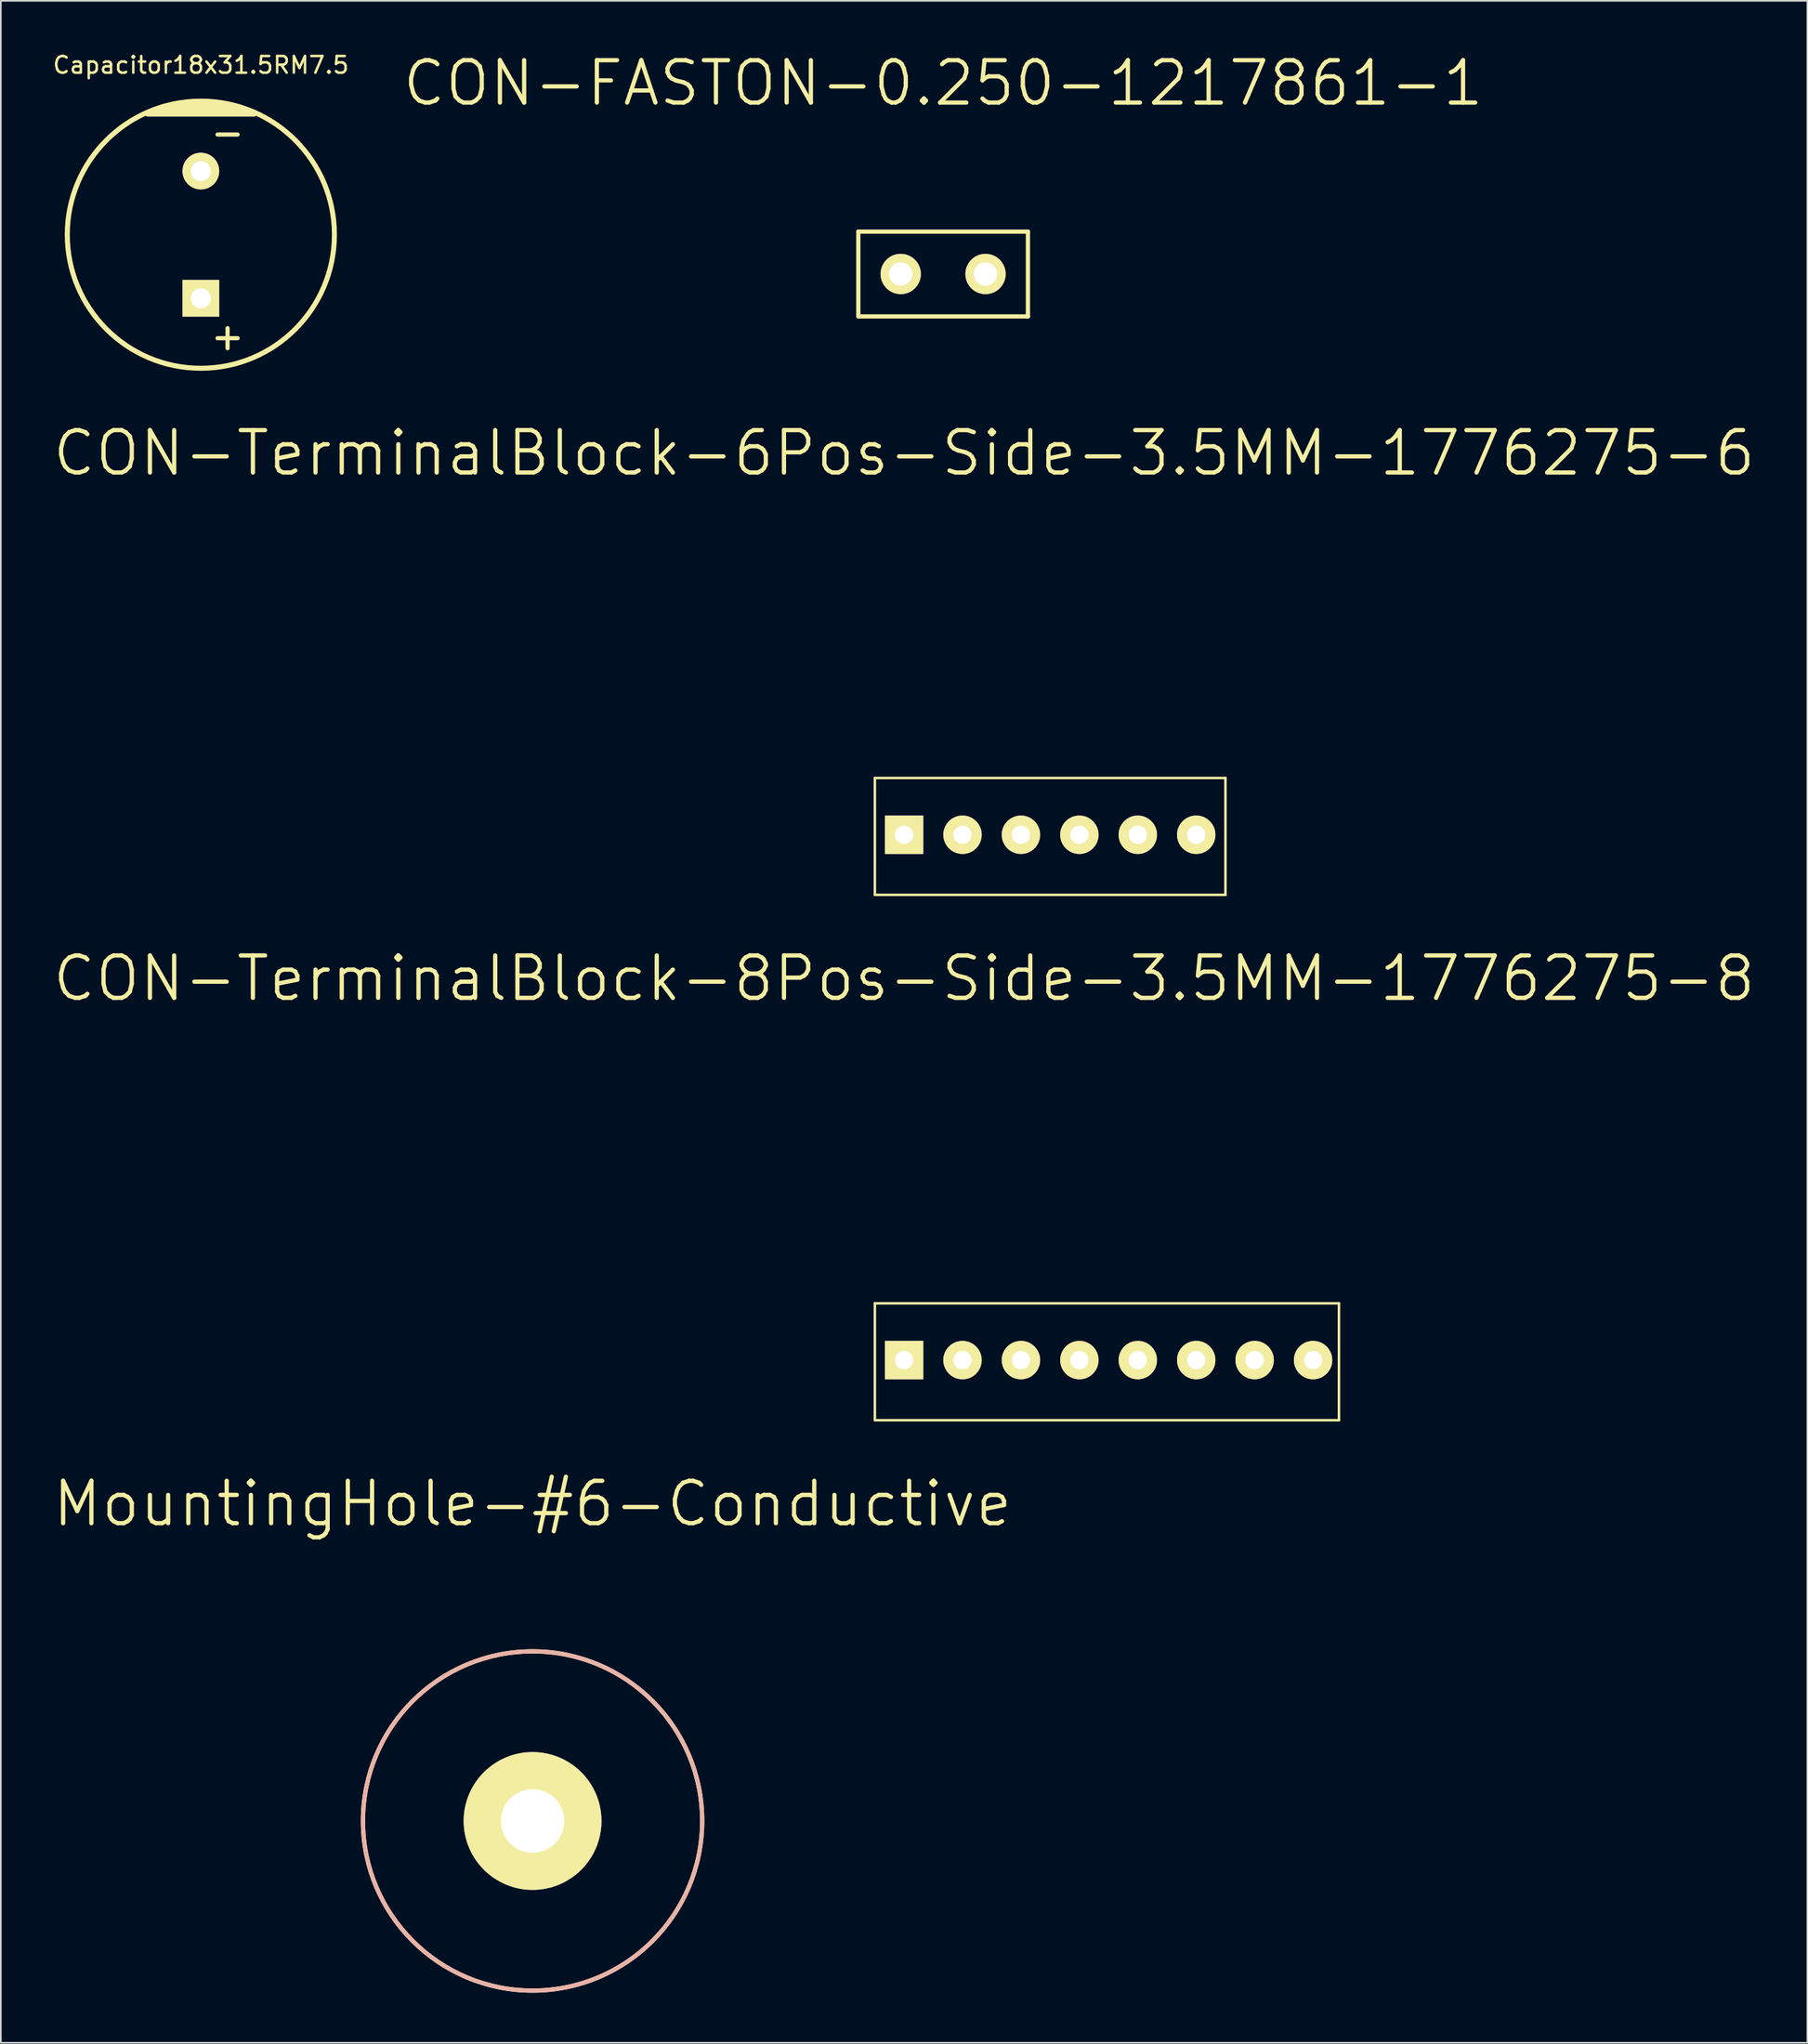
<source format=kicad_pcb>
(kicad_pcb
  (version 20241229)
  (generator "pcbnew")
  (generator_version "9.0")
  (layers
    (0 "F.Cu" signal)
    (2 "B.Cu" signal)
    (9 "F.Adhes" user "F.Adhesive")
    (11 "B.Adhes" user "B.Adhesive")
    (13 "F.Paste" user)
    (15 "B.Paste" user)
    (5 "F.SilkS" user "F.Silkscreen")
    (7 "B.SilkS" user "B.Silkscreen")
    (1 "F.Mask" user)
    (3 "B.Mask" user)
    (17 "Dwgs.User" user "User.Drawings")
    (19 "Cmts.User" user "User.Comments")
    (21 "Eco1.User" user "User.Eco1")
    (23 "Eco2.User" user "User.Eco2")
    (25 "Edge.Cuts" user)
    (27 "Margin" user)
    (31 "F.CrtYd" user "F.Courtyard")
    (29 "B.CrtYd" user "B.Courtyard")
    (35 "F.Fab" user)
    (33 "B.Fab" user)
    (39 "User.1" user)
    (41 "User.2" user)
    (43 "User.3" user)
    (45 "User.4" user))
  (footprint "CON-TerminalBlock-6Pos-Side-3.5MM-1776275-6"
    (layer "F.Cu")
    (at 51.108 46.951)
    (property "Reference" "CON-TerminalBlock-6Pos-Side-3.5MM-1776275-6" (at 0 -22.86 0) (layer "F.SilkS") (effects (font (size 2.54 2.54) (thickness 0.254))))
    (attr through_hole)
    (fp_line (start -1.75 -3.4) (end -1.75 3.6) (stroke (width 0.15) (type solid)) (layer "F.SilkS"))
    (fp_line (start -1.75 3.6) (end 19.25 3.6) (stroke (width 0.15) (type solid)) (layer "F.SilkS"))
    (fp_line (start 19.25 -3.4) (end -1.75 -3.4) (stroke (width 0.15) (type solid)) (layer "F.SilkS"))
    (fp_line (start 19.25 3.6) (end 19.25 -3.4) (stroke (width 0.15) (type solid)) (layer "F.SilkS"))
    (pad "1" thru_hole rect (at 0 0) (size 2.3 2.3) (drill 1.1) (layers "*.Cu" "*.Mask" "F.SilkS"))
    (pad "2" thru_hole circle (at 3.5 0) (size 2.3 2.3) (drill 1.1) (layers "*.Cu" "*.Mask" "F.SilkS"))
    (pad "3" thru_hole circle (at 7 0) (size 2.3 2.3) (drill 1.1) (layers "*.Cu" "*.Mask" "F.SilkS"))
    (pad "4" thru_hole circle (at 10.5 0) (size 2.3 2.3) (drill 1.1) (layers "*.Cu" "*.Mask" "F.SilkS"))
    (pad "5" thru_hole circle (at 14 0) (size 2.3 2.3) (drill 1.1) (layers "*.Cu" "*.Mask" "F.SilkS"))
    (pad "6" thru_hole circle (at 17.5 0) (size 2.3 2.3) (drill 1.1) (layers "*.Cu" "*.Mask" "F.SilkS")))
  (footprint "CON-TerminalBlock-8Pos-Side-3.5MM-1776275-8"
    (layer "F.Cu")
    (at 51.108 78.418)
    (property "Reference" "CON-TerminalBlock-8Pos-Side-3.5MM-1776275-8" (at 0 -22.86 0) (layer "F.SilkS") (effects (font (size 2.54 2.54) (thickness 0.254))))
    (attr through_hole)
    (fp_line (start -1.75 -3.4) (end -1.75 3.6) (stroke (width 0.15) (type solid)) (layer "F.SilkS"))
    (fp_line (start -1.75 3.6) (end 26.05 3.6) (stroke (width 0.15) (type solid)) (layer "F.SilkS"))
    (fp_line (start 26.05 -3.4) (end -1.75 -3.4) (stroke (width 0.15) (type solid)) (layer "F.SilkS"))
    (fp_line (start 26.05 3.6) (end 26.05 -3.4) (stroke (width 0.15) (type solid)) (layer "F.SilkS"))
    (pad "1" thru_hole rect (at 0 0) (size 2.3 2.3) (drill 1.1) (layers "*.Cu" "*.Mask" "F.SilkS"))
    (pad "2" thru_hole circle (at 3.5 0) (size 2.3 2.3) (drill 1.1) (layers "*.Cu" "*.Mask" "F.SilkS"))
    (pad "3" thru_hole circle (at 7 0) (size 2.3 2.3) (drill 1.1) (layers "*.Cu" "*.Mask" "F.SilkS"))
    (pad "4" thru_hole circle (at 10.5 0) (size 2.3 2.3) (drill 1.1) (layers "*.Cu" "*.Mask" "F.SilkS"))
    (pad "5" thru_hole circle (at 14 0) (size 2.3 2.3) (drill 1.1) (layers "*.Cu" "*.Mask" "F.SilkS"))
    (pad "6" thru_hole circle (at 17.5 0) (size 2.3 2.3) (drill 1.1) (layers "*.Cu" "*.Mask" "F.SilkS"))
    (pad "7" thru_hole circle (at 21 0) (size 2.3 2.3) (drill 1.1) (layers "*.Cu" "*.Mask" "F.SilkS"))
    (pad "8" thru_hole circle (at 24.5 0) (size 2.3 2.3) (drill 1.1) (layers "*.Cu" "*.Mask" "F.SilkS")))
  (footprint "CON-FASTON-0.250-1217861-1"
    (layer "F.Cu")
    (at 53.446 13.362)
    (property "Reference" "CON-FASTON-0.250-1217861-1" (at 0 -11.43 0) (layer "F.SilkS") (effects (font (size 2.54 2.54) (thickness 0.254))))
    (attr through_hole)
    (fp_line (start -5.08 -2.54) (end -5.08 2.54) (stroke (width 0.254) (type solid)) (layer "F.SilkS"))
    (fp_line (start -5.08 2.54) (end 5.08 2.54) (stroke (width 0.254) (type solid)) (layer "F.SilkS"))
    (fp_line (start 5.08 -2.54) (end -5.08 -2.54) (stroke (width 0.254) (type solid)) (layer "F.SilkS"))
    (fp_line (start 5.08 2.54) (end 5.08 -2.54) (stroke (width 0.254) (type solid)) (layer "F.SilkS"))
    (pad "1" thru_hole circle (at -2.54 0) (size 2.413 2.413) (drill 1.397) (layers "*.Cu" "*.Mask" "F.SilkS"))
    (pad "1" thru_hole circle (at 2.54 0) (size 2.413 2.413) (drill 1.397) (layers "*.Cu" "*.Mask" "F.SilkS")))
  (footprint "MountingHole-#6-Conductive"
    (layer "F.Cu")
    (at 28.853 106.024)
    (property "Reference" "MountingHole-#6-Conductive" (at 0 -19 0) (layer "F.SilkS") (effects (font (size 2.54 2.54) (thickness 0.254))))
    (attr through_hole)
    (fp_circle (center 0 0) (end -10.16 0) (stroke (width 0.254) (type solid)) (fill no) (layer "F.SilkS"))
    (fp_circle (center 0 0) (end 10.16 0) (stroke (width 0.254) (type solid)) (fill no) (layer "B.SilkS"))
    (pad "1" thru_hole circle (at 0 0) (size 8.255 8.255) (drill 3.81) (layers "*.Cu" "*.Mask" "F.SilkS")))
  (footprint "Capacitor18x31.5RM7.5"
    (layer "F.Cu")
    (at 8.982 11.008)
    (property "Reference" "Capacitor18x31.5RM7.5" (at 0 -10.16 0) (layer "F.SilkS") (effects (font (size 1 1) (thickness 0.15))))
    (attr through_hole)
    (fp_line (start -3.2 -7.2) (end 3.2 -7.2) (stroke (width 0.25) (type solid)) (layer "F.SilkS"))
    (fp_line (start -2.2 -7.6) (end 2.2 -7.6) (stroke (width 0.25) (type solid)) (layer "F.SilkS"))
    (fp_line (start 1 -6) (end 2.2 -6) (stroke (width 0.25) (type solid)) (layer "F.SilkS"))
    (fp_line (start 1.4 -7.8) (end -1.4 -7.8) (stroke (width 0.25) (type solid)) (layer "F.SilkS"))
    (fp_line (start 1.6 5.6) (end 1.6 6.8) (stroke (width 0.25) (type solid)) (layer "F.SilkS"))
    (fp_line (start 2.2 6.2) (end 1 6.2) (stroke (width 0.25) (type solid)) (layer "F.SilkS"))
    (fp_line (start 2.8 -7.4) (end -2.8 -7.4) (stroke (width 0.25) (type solid)) (layer "F.SilkS"))
    (fp_circle (center 0 0) (end 8.001 0) (stroke (width 0.3) (type solid)) (fill no) (layer "F.SilkS"))
    (pad "1" thru_hole rect (at 0 3.81) (size 2.2 2.2) (drill 1.2) (layers "*.Cu" "*.Mask" "F.SilkS"))
    (pad "2" thru_hole circle (at 0 -3.81) (size 2.2 2.2) (drill 1.2) (layers "*.Cu" "*.Mask" "F.SilkS")))
  (gr_rect
    (start -3 -3)
    (end 105.217 119.311)
    (stroke (width 0.1) (type default))
    (fill no)
    (layer "Edge.Cuts")))
</source>
